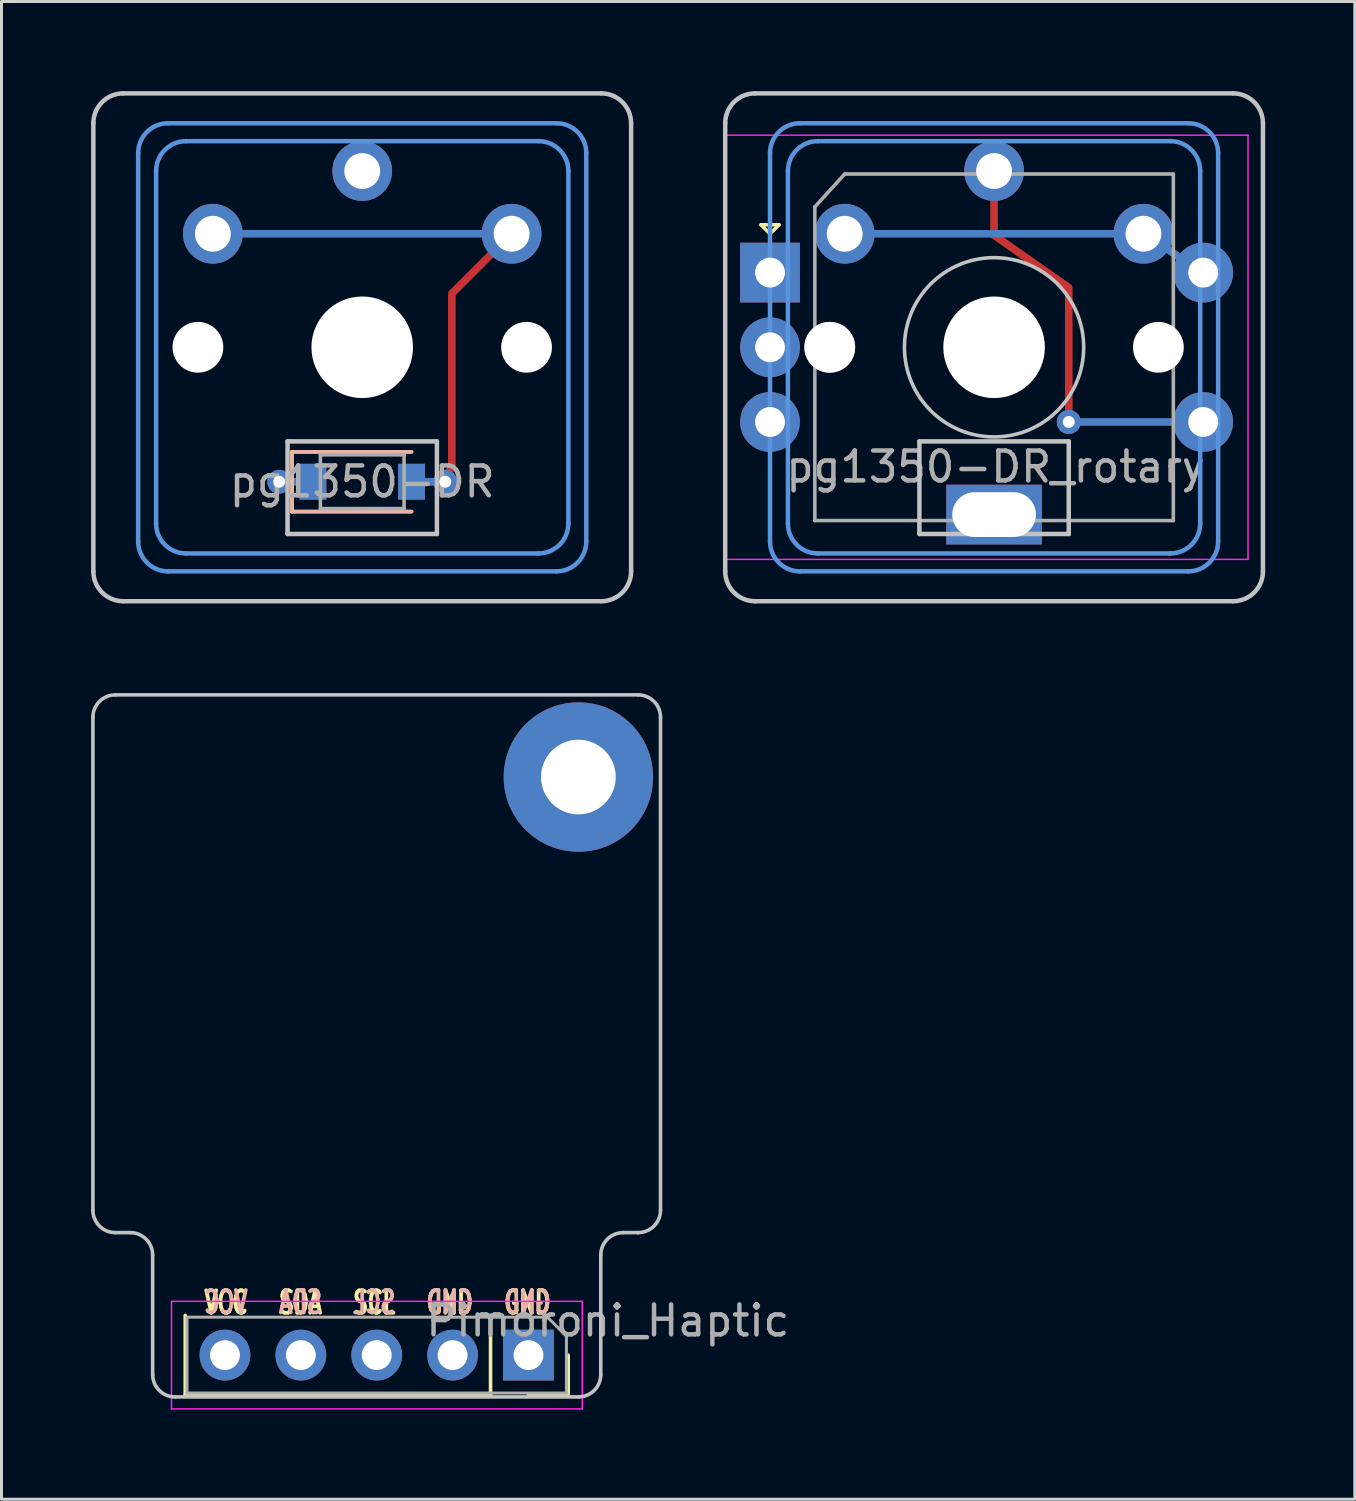
<source format=kicad_pcb>
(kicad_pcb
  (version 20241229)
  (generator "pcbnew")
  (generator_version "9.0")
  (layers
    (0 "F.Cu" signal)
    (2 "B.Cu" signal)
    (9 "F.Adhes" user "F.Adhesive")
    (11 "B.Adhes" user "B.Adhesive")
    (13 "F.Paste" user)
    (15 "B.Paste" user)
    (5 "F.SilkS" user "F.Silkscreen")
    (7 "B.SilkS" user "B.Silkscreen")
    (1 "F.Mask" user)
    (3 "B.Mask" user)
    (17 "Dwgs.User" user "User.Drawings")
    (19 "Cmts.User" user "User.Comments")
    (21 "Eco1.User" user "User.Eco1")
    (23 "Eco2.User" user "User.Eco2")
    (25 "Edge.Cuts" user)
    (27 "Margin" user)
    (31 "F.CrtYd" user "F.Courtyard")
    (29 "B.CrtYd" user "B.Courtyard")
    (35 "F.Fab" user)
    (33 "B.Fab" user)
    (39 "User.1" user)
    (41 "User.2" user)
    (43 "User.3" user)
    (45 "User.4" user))
  (footprint "Pimoroni_Haptic"
    (layer "F.Cu")
    (at 9.56 31.21)
    (property "Reference" "Pimoroni_Haptic" (at 7.735 9.95 180) (layer "F.Fab") (effects (font (size 1 1) (thickness 0.15))))
    (attr through_hole)
    (fp_line (start -6.41 9.77) (end -6.41 12.43) (stroke (width 0.12) (type solid)) (layer "F.SilkS"))
    (fp_line (start 3.81 9.77) (end 3.81 12.43) (stroke (width 0.12) (type solid)) (layer "F.SilkS"))
    (fp_line (start 3.81 12.43) (end -6.41 12.43) (stroke (width 0.12) (type solid)) (layer "F.SilkS"))
    (fp_line (start 5.08 12.43) (end 6.41 12.43) (stroke (width 0.12) (type solid)) (layer "F.SilkS"))
    (fp_line (start 6.41 11.1) (end 6.41 12.43) (stroke (width 0.12) (type solid)) (layer "F.SilkS"))
    (fp_line (start -9.5 -10.25) (end -9.5 6.25) (stroke (width 0.12) (type solid)) (layer "Dwgs.User"))
    (fp_line (start -8.25 7) (end -8.75 7) (stroke (width 0.12) (type solid)) (layer "Dwgs.User"))
    (fp_line (start -7.5 11.75) (end -7.5 7.75) (stroke (width 0.12) (type solid)) (layer "Dwgs.User"))
    (fp_line (start -6.75 12.5) (end 6.75 12.5) (stroke (width 0.12) (type solid)) (layer "Dwgs.User"))
    (fp_line (start 7.5 11.75) (end 7.5 7.75) (stroke (width 0.12) (type solid)) (layer "Dwgs.User"))
    (fp_line (start 8.25 7) (end 8.75 7) (stroke (width 0.12) (type solid)) (layer "Dwgs.User"))
    (fp_line (start 8.75 -11) (end -8.75 -11) (stroke (width 0.12) (type solid)) (layer "Dwgs.User"))
    (fp_line (start 9.5 -10.25) (end 9.5 6.25) (stroke (width 0.12) (type solid)) (layer "Dwgs.User"))
    (fp_arc (start -9.5 -10.25) (mid -9.28033 -10.78033) (end -8.75 -11) (stroke (width 0.12) (type solid)) (layer "Dwgs.User"))
    (fp_arc (start -8.75 7) (mid -9.28033 6.78033) (end -9.5 6.25) (stroke (width 0.12) (type solid)) (layer "Dwgs.User"))
    (fp_arc (start -8.25 7) (mid -7.71967 7.21967) (end -7.5 7.75) (stroke (width 0.12) (type solid)) (layer "Dwgs.User"))
    (fp_arc (start -6.75 12.5) (mid -7.28033 12.28033) (end -7.5 11.75) (stroke (width 0.12) (type solid)) (layer "Dwgs.User"))
    (fp_arc (start 7.5 7.75) (mid 7.71967 7.21967) (end 8.25 7) (stroke (width 0.12) (type solid)) (layer "Dwgs.User"))
    (fp_arc (start 7.5 11.75) (mid 7.28033 12.28033) (end 6.75 12.5) (stroke (width 0.12) (type solid)) (layer "Dwgs.User"))
    (fp_arc (start 8.75 -11) (mid 9.28033 -10.78033) (end 9.5 -10.25) (stroke (width 0.12) (type solid)) (layer "Dwgs.User"))
    (fp_arc (start 9.5 6.25) (mid 9.28033 6.78033) (end 8.75 7) (stroke (width 0.12) (type solid)) (layer "Dwgs.User"))
    (fp_line (start -6.87 9.3) (end -6.87 12.9) (stroke (width 0.05) (type solid)) (layer "F.CrtYd"))
    (fp_line (start -6.87 12.9) (end 6.88 12.9) (stroke (width 0.05) (type solid)) (layer "F.CrtYd"))
    (fp_line (start 6.88 9.3) (end -6.87 9.3) (stroke (width 0.05) (type solid)) (layer "F.CrtYd"))
    (fp_line (start 6.88 12.9) (end 6.88 9.3) (stroke (width 0.05) (type solid)) (layer "F.CrtYd"))
    (fp_line (start -6.35 9.83) (end 5.715 9.83) (stroke (width 0.1) (type solid)) (layer "F.Fab"))
    (fp_line (start -6.35 12.37) (end -6.35 9.83) (stroke (width 0.1) (type solid)) (layer "F.Fab"))
    (fp_line (start 5.715 9.83) (end 6.35 10.465) (stroke (width 0.1) (type solid)) (layer "F.Fab"))
    (fp_line (start 6.35 10.465) (end 6.35 12.37) (stroke (width 0.1) (type solid)) (layer "F.Fab"))
    (fp_line (start 6.35 12.37) (end -6.35 12.37) (stroke (width 0.1) (type solid)) (layer "F.Fab"))
    (fp_text user "SDA" (at -2.55 9.34 0) (layer "F.SilkS") (effects (font (size 0.75 0.5) (thickness 0.125))))
    (fp_text user "SCL" (at -0.083 9.34 0) (layer "F.SilkS") (effects (font (size 0.75 0.5) (thickness 0.125))))
    (fp_text user "GND" (at 2.443 9.34 0) (layer "F.SilkS") (effects (font (size 0.75 0.5) (thickness 0.125))))
    (fp_text user "VCC" (at -5.04 9.34 0) (layer "F.SilkS") (effects (font (size 0.75 0.5) (thickness 0.125))))
    (fp_text user "GND" (at 5.04 9.34 0) (layer "F.SilkS") (effects (font (size 0.75 0.5) (thickness 0.125))))
    (fp_text user "GND" (at 2.448 9.33 0) (layer "B.SilkS") (effects (font (size 0.75 0.5) (thickness 0.125)) (justify mirror)))
    (fp_text user "GND" (at 5.05 9.33 0) (layer "B.SilkS") (effects (font (size 0.75 0.5) (thickness 0.125)) (justify mirror)))
    (fp_text user "SCL" (at -0.083 9.33 0) (layer "B.SilkS") (effects (font (size 0.75 0.5) (thickness 0.125)) (justify mirror)))
    (fp_text user "VCC" (at -5.05 9.33 0) (layer "B.SilkS") (effects (font (size 0.75 0.5) (thickness 0.125)) (justify mirror)))
    (fp_text user "SDA" (at -2.555 9.33 0) (layer "B.SilkS") (effects (font (size 0.75 0.5) (thickness 0.125)) (justify mirror)))
    (pad "" thru_hole circle (at 6.75 -8.25) (size 5 5) (drill 2.5) (layers "*.Cu" "*.Mask"))
    (pad "1" thru_hole rect (at 5.08 11.1 270) (size 1.7 1.7) (drill 1) (layers "*.Cu" "*.Mask"))
    (pad "2" thru_hole oval (at 2.54 11.1 270) (size 1.7 1.7) (drill 1) (layers "*.Cu" "*.Mask"))
    (pad "3" thru_hole oval (at 0 11.1 270) (size 1.7 1.7) (drill 1) (layers "*.Cu" "*.Mask"))
    (pad "4" thru_hole oval (at -2.54 11.1 270) (size 1.7 1.7) (drill 1) (layers "*.Cu" "*.Mask"))
    (pad "5" thru_hole oval (at -5.08 11.1 270) (size 1.7 1.7) (drill 1) (layers "*.Cu" "*.Mask")))
  (footprint "pg1350-DR"
    (layer "F.Cu")
    (at 9.075 13.075)
    (property "Reference" "pg1350-DR" (at 0 0 0) (layer "F.Fab") (effects (font (size 1 1) (thickness 0.15))))
    (attr through_hole)
    (fp_line (start -2.35 -1) (end -2.35 1) (stroke (width 0.12) (type solid)) (layer "F.SilkS"))
    (fp_line (start -2.35 -1) (end 1.65 -1) (stroke (width 0.12) (type solid)) (layer "F.SilkS"))
    (fp_line (start -2.35 1) (end 1.65 1) (stroke (width 0.12) (type solid)) (layer "F.SilkS"))
    (fp_line (start -2.35 -1) (end -2.35 1) (stroke (width 0.12) (type solid)) (layer "B.SilkS"))
    (fp_line (start -2.35 -1) (end 1.65 -1) (stroke (width 0.12) (type solid)) (layer "B.SilkS"))
    (fp_line (start -2.35 1) (end 1.65 1) (stroke (width 0.12) (type solid)) (layer "B.SilkS"))
    (fp_line (start -9 3) (end -9 -12) (stroke (width 0.15) (type solid)) (layer "Dwgs.User"))
    (fp_line (start -8 -13) (end 8 -13) (stroke (width 0.15) (type solid)) (layer "Dwgs.User"))
    (fp_line (start -2.5 -1.35) (end -2.5 1.75) (stroke (width 0.15) (type solid)) (layer "Dwgs.User"))
    (fp_line (start -2.5 1.75) (end 2.5 1.75) (stroke (width 0.15) (type solid)) (layer "Dwgs.User"))
    (fp_line (start 2.5 -1.35) (end -2.5 -1.35) (stroke (width 0.15) (type solid)) (layer "Dwgs.User"))
    (fp_line (start 2.5 1.75) (end 2.5 -1.35) (stroke (width 0.15) (type solid)) (layer "Dwgs.User"))
    (fp_line (start 8 4) (end -8 4) (stroke (width 0.15) (type solid)) (layer "Dwgs.User"))
    (fp_line (start 9 -12) (end 9 3) (stroke (width 0.15) (type solid)) (layer "Dwgs.User"))
    (fp_arc (start -9 -12) (mid -8.707107 -12.707107) (end -8 -13) (stroke (width 0.15) (type solid)) (layer "Dwgs.User"))
    (fp_arc (start -8 4) (mid -8.707107 3.707107) (end -9 3) (stroke (width 0.15) (type solid)) (layer "Dwgs.User"))
    (fp_arc (start 8 -13) (mid 8.707107 -12.707107) (end 9 -12) (stroke (width 0.15) (type solid)) (layer "Dwgs.User"))
    (fp_arc (start 9 3) (mid 8.707107 3.707107) (end 8 4) (stroke (width 0.15) (type solid)) (layer "Dwgs.User"))
    (fp_line (start -7.5 2) (end -7.5 -11) (stroke (width 0.15) (type solid)) (layer "Cmts.User"))
    (fp_line (start -6.9 1.4) (end -6.9 -10.4) (stroke (width 0.15) (type solid)) (layer "Cmts.User"))
    (fp_line (start -6.5 -12) (end 6.5 -12) (stroke (width 0.15) (type solid)) (layer "Cmts.User"))
    (fp_line (start -5.9 -11.4) (end 5.9 -11.4) (stroke (width 0.15) (type solid)) (layer "Cmts.User"))
    (fp_line (start 5.9 2.4) (end -5.9 2.4) (stroke (width 0.15) (type solid)) (layer "Cmts.User"))
    (fp_line (start 6.5 3) (end -6.5 3) (stroke (width 0.15) (type solid)) (layer "Cmts.User"))
    (fp_line (start 6.9 -10.4) (end 6.9 1.4) (stroke (width 0.15) (type solid)) (layer "Cmts.User"))
    (fp_line (start 7.5 -11) (end 7.5 2) (stroke (width 0.15) (type solid)) (layer "Cmts.User"))
    (fp_arc (start -7.5 -11) (mid -7.207107 -11.707107) (end -6.5 -12) (stroke (width 0.15) (type solid)) (layer "Cmts.User"))
    (fp_arc (start -6.9 -10.4) (mid -6.607107 -11.107107) (end -5.9 -11.4) (stroke (width 0.15) (type solid)) (layer "Cmts.User"))
    (fp_arc (start -6.5 3) (mid -7.207107 2.707107) (end -7.5 2) (stroke (width 0.15) (type solid)) (layer "Cmts.User"))
    (fp_arc (start -5.9 2.4) (mid -6.607107 2.107107) (end -6.9 1.4) (stroke (width 0.15) (type solid)) (layer "Cmts.User"))
    (fp_arc (start 5.9 -11.4) (mid 6.607107 -11.107107) (end 6.9 -10.4) (stroke (width 0.15) (type solid)) (layer "Cmts.User"))
    (fp_arc (start 6.5 -12) (mid 7.207107 -11.707107) (end 7.5 -11) (stroke (width 0.15) (type solid)) (layer "Cmts.User"))
    (fp_arc (start 6.9 1.4) (mid 6.607107 2.107107) (end 5.9 2.4) (stroke (width 0.15) (type solid)) (layer "Cmts.User"))
    (fp_arc (start 7.5 2) (mid 7.207107 2.707107) (end 6.5 3) (stroke (width 0.15) (type solid)) (layer "Cmts.User"))
    (fp_line (start -1.4 -0.9) (end -1.4 0.9) (stroke (width 0.12) (type solid)) (layer "F.Fab"))
    (fp_line (start -1.4 0.9) (end 1.4 0.9) (stroke (width 0.12) (type solid)) (layer "F.Fab"))
    (fp_line (start 1.4 -0.9) (end -1.4 -0.9) (stroke (width 0.12) (type solid)) (layer "F.Fab"))
    (fp_line (start 1.4 0.9) (end 1.4 -0.9) (stroke (width 0.12) (type solid)) (layer "F.Fab"))
    (pad "" np_thru_hole circle (at -5.5 -4.5) (size 1.7 1.7) (drill 1.7) (layers "*.Cu" "*.Mask"))
    (pad "" np_thru_hole circle (at 0 -4.5) (size 3.4 3.4) (drill 3.4) (layers "*.Cu" "*.Mask"))
    (pad "" np_thru_hole circle (at 5.5 -4.5) (size 1.7 1.7) (drill 1.7) (layers "*.Cu" "*.Mask"))
    (pad "1" thru_hole circle (at 0 -10.4) (size 2 2) (drill 1.2) (layers "*.Cu" "*.Mask"))
    (pad "2" thru_hole custom (at -2.78 0 180) (size 0.8 0.8) (drill 0.4) (layers "*.Cu") (options (anchor circle)) (primitives (gr_line (start 0 0) (end -1.13 0) (width 0.254))))
    (pad "2" smd rect (at -1.65 0) (size 0.9 1.2) (layers "F.Cu" "F.Mask" "F.Paste"))
    (pad "2" smd rect (at -1.65 0) (size 0.9 1.2) (layers "B.Cu" "B.Mask" "B.Paste"))
    (pad "3" connect custom (at -5 -8.3) (size 0.9 0.9) (layers "B.Cu") (options (anchor circle)) (primitives (gr_line (start 0 0) (end 10 0) (width 0.254))))
    (pad "3" thru_hole circle (at -5 -8.3) (size 2 2) (drill 1.2) (layers "*.Cu" "F.Mask"))
    (pad "3" smd rect (at 1.65 0) (size 0.9 1.2) (layers "F.Cu" "F.Mask" "F.Paste"))
    (pad "3" smd rect (at 1.65 0) (size 0.9 1.2) (layers "B.Cu" "B.Mask" "B.Paste"))
    (pad "3" thru_hole custom (at 2.78 0) (size 0.8 0.8) (drill 0.4) (layers "*.Cu") (options (anchor circle)) (primitives (gr_line (start 0 0) (end -1.13 0) (width 0.254))))
    (pad "3" connect custom (at 5 -8.3) (size 0.9 0.9) (layers "F.Cu") (options (anchor circle)) (primitives (gr_line (start -2 2) (end 0 0) (width 0.254)) (gr_line (start -2 2) (end -2 7.75) (width 0.254)) (gr_line (start -2.22 8.3) (end -2 7.75) (width 0.254))))
    (pad "3" thru_hole circle (at 5 -8.3) (size 2 2) (drill 1.2) (layers "*.Cu" "B.Mask")))
  (footprint "pg1350-DR_rotary"
    (layer "F.Cu")
    (at 30.225 13.075)
    (property "Reference" "pg1350-DR_rotary" (at 0.05 -0.5 0) (layer "F.Fab") (effects (font (size 1 1) (thickness 0.15))))
    (attr through_hole)
    (fp_line (start -7.8 -8.6) (end -7.2 -8.6) (stroke (width 0.12) (type solid)) (layer "F.SilkS"))
    (fp_line (start -7.5 -8.3) (end -7.8 -8.6) (stroke (width 0.12) (type solid)) (layer "F.SilkS"))
    (fp_line (start -7.2 -8.6) (end -7.5 -8.3) (stroke (width 0.12) (type solid)) (layer "F.SilkS"))
    (fp_line (start -9 3) (end -9 -12) (stroke (width 0.15) (type solid)) (layer "Dwgs.User"))
    (fp_line (start -8 -13) (end 8 -13) (stroke (width 0.15) (type solid)) (layer "Dwgs.User"))
    (fp_line (start -2.5 -1.35) (end -2.5 1.75) (stroke (width 0.15) (type solid)) (layer "Dwgs.User"))
    (fp_line (start -2.5 1.75) (end 2.5 1.75) (stroke (width 0.15) (type solid)) (layer "Dwgs.User"))
    (fp_line (start 2.5 -1.35) (end -2.5 -1.35) (stroke (width 0.15) (type solid)) (layer "Dwgs.User"))
    (fp_line (start 2.5 1.75) (end 2.5 -1.35) (stroke (width 0.15) (type solid)) (layer "Dwgs.User"))
    (fp_line (start 8 4) (end -8 4) (stroke (width 0.15) (type solid)) (layer "Dwgs.User"))
    (fp_line (start 9 -12) (end 9 3) (stroke (width 0.15) (type solid)) (layer "Dwgs.User"))
    (fp_arc (start -9 -12) (mid -8.707107 -12.707107) (end -8 -13) (stroke (width 0.15) (type solid)) (layer "Dwgs.User"))
    (fp_arc (start -8 4) (mid -8.707107 3.707107) (end -9 3) (stroke (width 0.15) (type solid)) (layer "Dwgs.User"))
    (fp_arc (start 8 -13) (mid 8.707107 -12.707107) (end 9 -12) (stroke (width 0.15) (type solid)) (layer "Dwgs.User"))
    (fp_arc (start 9 3) (mid 8.707107 3.707107) (end 8 4) (stroke (width 0.15) (type solid)) (layer "Dwgs.User"))
    (fp_circle (center 0 -4.5) (end 3 -4.5) (stroke (width 0.12) (type solid)) (fill no) (layer "Dwgs.User"))
    (fp_line (start -7.5 2) (end -7.5 -11) (stroke (width 0.15) (type solid)) (layer "Cmts.User"))
    (fp_line (start -6.9 1.4) (end -6.9 -10.4) (stroke (width 0.15) (type solid)) (layer "Cmts.User"))
    (fp_line (start -6.5 -12) (end 6.5 -12) (stroke (width 0.15) (type solid)) (layer "Cmts.User"))
    (fp_line (start -5.9 -11.4) (end 5.9 -11.4) (stroke (width 0.15) (type solid)) (layer "Cmts.User"))
    (fp_line (start 5.9 2.4) (end -5.9 2.4) (stroke (width 0.15) (type solid)) (layer "Cmts.User"))
    (fp_line (start 6.5 3) (end -6.5 3) (stroke (width 0.15) (type solid)) (layer "Cmts.User"))
    (fp_line (start 6.9 -10.4) (end 6.9 1.4) (stroke (width 0.15) (type solid)) (layer "Cmts.User"))
    (fp_line (start 7.5 -11) (end 7.5 2) (stroke (width 0.15) (type solid)) (layer "Cmts.User"))
    (fp_arc (start -7.5 -11) (mid -7.207107 -11.707107) (end -6.5 -12) (stroke (width 0.15) (type solid)) (layer "Cmts.User"))
    (fp_arc (start -6.9 -10.4) (mid -6.607107 -11.107107) (end -5.9 -11.4) (stroke (width 0.15) (type solid)) (layer "Cmts.User"))
    (fp_arc (start -6.5 3) (mid -7.207107 2.707107) (end -7.5 2) (stroke (width 0.15) (type solid)) (layer "Cmts.User"))
    (fp_arc (start -5.9 2.4) (mid -6.607107 2.107107) (end -6.9 1.4) (stroke (width 0.15) (type solid)) (layer "Cmts.User"))
    (fp_arc (start 5.9 -11.4) (mid 6.607107 -11.107107) (end 6.9 -10.4) (stroke (width 0.15) (type solid)) (layer "Cmts.User"))
    (fp_arc (start 6.5 -12) (mid 7.207107 -11.707107) (end 7.5 -11) (stroke (width 0.15) (type solid)) (layer "Cmts.User"))
    (fp_arc (start 6.9 1.4) (mid 6.607107 2.107107) (end 5.9 2.4) (stroke (width 0.15) (type solid)) (layer "Cmts.User"))
    (fp_arc (start 7.5 2) (mid 7.207107 2.707107) (end 6.5 3) (stroke (width 0.15) (type solid)) (layer "Cmts.User"))
    (fp_line (start -9 -11.6) (end -9 2.6) (stroke (width 0.05) (type solid)) (layer "F.CrtYd"))
    (fp_line (start -9 -11.6) (end 8.5 -11.6) (stroke (width 0.05) (type solid)) (layer "F.CrtYd"))
    (fp_line (start 8.5 2.6) (end -9 2.6) (stroke (width 0.05) (type solid)) (layer "F.CrtYd"))
    (fp_line (start 8.5 2.6) (end 8.5 -11.6) (stroke (width 0.05) (type solid)) (layer "F.CrtYd"))
    (fp_line (start -6 -9.2) (end -5 -10.3) (stroke (width 0.12) (type solid)) (layer "F.Fab"))
    (fp_line (start -6 1.3) (end -6 -9.2) (stroke (width 0.12) (type solid)) (layer "F.Fab"))
    (fp_line (start -5 -10.3) (end 6 -10.3) (stroke (width 0.12) (type solid)) (layer "F.Fab"))
    (fp_line (start 6 -10.3) (end 6 1.3) (stroke (width 0.12) (type solid)) (layer "F.Fab"))
    (fp_line (start 6 1.3) (end -6 1.3) (stroke (width 0.12) (type solid)) (layer "F.Fab"))
    (pad "" np_thru_hole circle (at 0 -4.5) (size 3.4 3.4) (drill 3.4) (layers "*.Cu" "*.Mask"))
    (pad "" np_thru_hole rect (at 0 1.1) (size 3.2 2) (drill oval 2.8 1.5) (layers "*.Cu" "*.Mask"))
    (pad "" np_thru_hole circle (at 5.5 -4.5) (size 1.7 1.7) (drill 1.7) (layers "*.Cu" "*.Mask"))
    (pad "A" thru_hole rect (at -7.5 -7) (size 2 2) (drill 1) (layers "*.Cu" "*.Mask"))
    (pad "B" thru_hole circle (at -7.5 -2) (size 2 2) (drill 1) (layers "*.Cu" "*.Mask"))
    (pad "C" thru_hole circle (at -7.5 -4.5) (size 2 2) (drill 1) (layers "*.Cu" "*.Mask"))
    (pad "C" thru_hole circle (at -5.5 -4.5) (size 1.7 1.7) (drill 1.7) (layers "*.Cu" "*.Mask"))
    (pad "S1" connect custom (at 0 -10.4) (size 1.524 1.524) (layers "F.Cu") (options (anchor circle)) (primitives (gr_line (start 2.5 3.9) (end 2.5 8.4) (width 0.254)) (gr_line (start 0 2.15) (end 2.5 3.9) (width 0.254)) (gr_line (start 0 0) (end 0 2.15) (width 0.254))))
    (pad "S1" thru_hole circle (at 0 -10.4) (size 2 2) (drill 1.2) (layers "*.Cu" "*.Mask"))
    (pad "S1" thru_hole circle (at 2.5 -2) (size 0.8 0.8) (drill 0.4) (layers "*.Cu" "*.Mask"))
    (pad "S1" connect custom (at 2.5 -2) (size 0.8 0.8) (layers "B.Cu") (options (anchor circle)) (primitives (gr_line (start 0 0) (end 4.5 0) (width 0.254))))
    (pad "S1" thru_hole circle (at 7 -2) (size 2 2) (drill 1) (layers "*.Cu" "*.Mask"))
    (pad "S2" connect custom (at -5 -8.3) (size 0.9 0.9) (layers "B.Cu") (options (anchor circle)) (primitives (gr_line (start 0 0) (end 10 0) (width 0.254))))
    (pad "S2" thru_hole circle (at -5 -8.3) (size 2 2) (drill 1.2) (layers "*.Cu" "F.Mask"))
    (pad "S2" connect custom (at 5 -8.3) (size 0.9 0.9) (layers "B.Cu") (options (anchor circle)) (primitives (gr_line (start 0 0) (end 2 1.3) (width 0.254))))
    (pad "S2" thru_hole circle (at 5 -8.3) (size 2 2) (drill 1.2) (layers "*.Cu" "B.Mask"))
    (pad "S2" thru_hole circle (at 7 -7) (size 2 2) (drill 1) (layers "*.Cu" "*.Mask")))
  (gr_rect
    (start -3 -3)
    (end 42.3 47.135)
    (stroke (width 0.1) (type default))
    (fill no)
    (layer "Edge.Cuts")))
</source>
